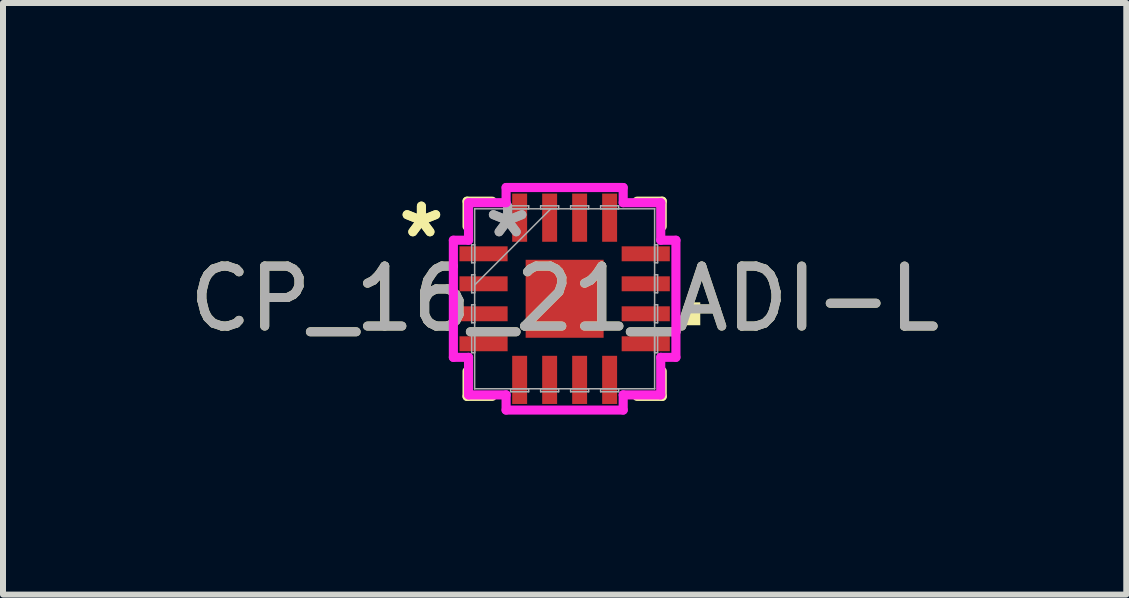
<source format=kicad_pcb>
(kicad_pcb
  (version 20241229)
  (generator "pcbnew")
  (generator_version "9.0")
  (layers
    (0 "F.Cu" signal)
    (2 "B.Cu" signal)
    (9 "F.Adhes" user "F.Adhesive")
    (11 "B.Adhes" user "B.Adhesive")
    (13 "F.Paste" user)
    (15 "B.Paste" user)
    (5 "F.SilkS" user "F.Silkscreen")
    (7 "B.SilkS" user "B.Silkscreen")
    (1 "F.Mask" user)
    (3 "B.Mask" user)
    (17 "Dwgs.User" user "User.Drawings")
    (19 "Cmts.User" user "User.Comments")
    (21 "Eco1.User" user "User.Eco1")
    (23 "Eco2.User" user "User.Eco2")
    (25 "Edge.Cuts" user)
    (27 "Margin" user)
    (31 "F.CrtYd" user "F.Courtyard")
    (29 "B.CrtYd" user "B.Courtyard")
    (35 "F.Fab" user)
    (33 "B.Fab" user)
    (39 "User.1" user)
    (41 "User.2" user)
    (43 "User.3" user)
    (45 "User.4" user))
  (footprint "CP_16_21_ADI-L"
    (layer "F.Cu")
    (at 6.363 1.931)
    (property "Reference" "CP_16_21_ADI-L" (at 0 0 0) (unlocked yes) (layer "F.SilkS") (effects (font (size 1 1) (thickness 0.15))))
    (attr smd)
    (fp_line (start -1.627 -1.627) (end -1.627 -1.207) (stroke (width 0.152) (type solid)) (layer "F.SilkS"))
    (fp_line (start -1.627 1.207) (end -1.627 1.627) (stroke (width 0.152) (type solid)) (layer "F.SilkS"))
    (fp_line (start -1.627 1.627) (end -1.207 1.627) (stroke (width 0.152) (type solid)) (layer "F.SilkS"))
    (fp_line (start -1.207 -1.627) (end -1.627 -1.627) (stroke (width 0.152) (type solid)) (layer "F.SilkS"))
    (fp_line (start 1.207 1.627) (end 1.627 1.627) (stroke (width 0.152) (type solid)) (layer "F.SilkS"))
    (fp_line (start 1.627 -1.627) (end 1.207 -1.627) (stroke (width 0.152) (type solid)) (layer "F.SilkS"))
    (fp_line (start 1.627 -1.207) (end 1.627 -1.627) (stroke (width 0.152) (type solid)) (layer "F.SilkS"))
    (fp_line (start 1.627 1.627) (end 1.627 1.207) (stroke (width 0.152) (type solid)) (layer "F.SilkS"))
    (fp_poly (pts (xy 2.261 0.059) (xy 2.261 0.441) (xy 2.007 0.441) (xy 2.007 0.059)) (stroke (width 0) (type solid)) (fill yes) (layer "F.SilkS"))
    (fp_line (start -1.855 -0.976) (end -1.602 -0.976) (stroke (width 0.152) (type solid)) (layer "F.CrtYd"))
    (fp_line (start -1.855 0.976) (end -1.855 -0.976) (stroke (width 0.152) (type solid)) (layer "F.CrtYd"))
    (fp_line (start -1.602 -1.602) (end -0.976 -1.602) (stroke (width 0.152) (type solid)) (layer "F.CrtYd"))
    (fp_line (start -1.602 -0.976) (end -1.602 -1.602) (stroke (width 0.152) (type solid)) (layer "F.CrtYd"))
    (fp_line (start -1.602 0.976) (end -1.855 0.976) (stroke (width 0.152) (type solid)) (layer "F.CrtYd"))
    (fp_line (start -1.602 1.602) (end -1.602 0.976) (stroke (width 0.152) (type solid)) (layer "F.CrtYd"))
    (fp_line (start -0.976 -1.855) (end 0.976 -1.855) (stroke (width 0.152) (type solid)) (layer "F.CrtYd"))
    (fp_line (start -0.976 -1.602) (end -0.976 -1.855) (stroke (width 0.152) (type solid)) (layer "F.CrtYd"))
    (fp_line (start -0.976 1.602) (end -1.602 1.602) (stroke (width 0.152) (type solid)) (layer "F.CrtYd"))
    (fp_line (start -0.976 1.855) (end -0.976 1.602) (stroke (width 0.152) (type solid)) (layer "F.CrtYd"))
    (fp_line (start 0.976 -1.855) (end 0.976 -1.602) (stroke (width 0.152) (type solid)) (layer "F.CrtYd"))
    (fp_line (start 0.976 -1.602) (end 1.602 -1.602) (stroke (width 0.152) (type solid)) (layer "F.CrtYd"))
    (fp_line (start 0.976 1.602) (end 0.976 1.855) (stroke (width 0.152) (type solid)) (layer "F.CrtYd"))
    (fp_line (start 0.976 1.855) (end -0.976 1.855) (stroke (width 0.152) (type solid)) (layer "F.CrtYd"))
    (fp_line (start 1.602 -1.602) (end 1.602 -0.976) (stroke (width 0.152) (type solid)) (layer "F.CrtYd"))
    (fp_line (start 1.602 -0.976) (end 1.855 -0.976) (stroke (width 0.152) (type solid)) (layer "F.CrtYd"))
    (fp_line (start 1.602 0.976) (end 1.602 1.602) (stroke (width 0.152) (type solid)) (layer "F.CrtYd"))
    (fp_line (start 1.602 1.602) (end 0.976 1.602) (stroke (width 0.152) (type solid)) (layer "F.CrtYd"))
    (fp_line (start 1.855 -0.976) (end 1.855 0.976) (stroke (width 0.152) (type solid)) (layer "F.CrtYd"))
    (fp_line (start 1.855 0.976) (end 1.602 0.976) (stroke (width 0.152) (type solid)) (layer "F.CrtYd"))
    (fp_line (start -1.55 -0.9) (end -1.55 -0.6) (stroke (width 0.025) (type solid)) (layer "F.Fab"))
    (fp_line (start -1.55 -0.6) (end -1.5 -0.6) (stroke (width 0.025) (type solid)) (layer "F.Fab"))
    (fp_line (start -1.55 -0.4) (end -1.55 -0.1) (stroke (width 0.025) (type solid)) (layer "F.Fab"))
    (fp_line (start -1.55 -0.1) (end -1.5 -0.1) (stroke (width 0.025) (type solid)) (layer "F.Fab"))
    (fp_line (start -1.55 0.1) (end -1.55 0.4) (stroke (width 0.025) (type solid)) (layer "F.Fab"))
    (fp_line (start -1.55 0.4) (end -1.5 0.4) (stroke (width 0.025) (type solid)) (layer "F.Fab"))
    (fp_line (start -1.55 0.6) (end -1.55 0.9) (stroke (width 0.025) (type solid)) (layer "F.Fab"))
    (fp_line (start -1.55 0.9) (end -1.5 0.9) (stroke (width 0.025) (type solid)) (layer "F.Fab"))
    (fp_line (start -1.5 -1.5) (end -1.5 -1.5) (stroke (width 0.025) (type solid)) (layer "F.Fab"))
    (fp_line (start -1.5 -1.5) (end -1.5 1.5) (stroke (width 0.025) (type solid)) (layer "F.Fab"))
    (fp_line (start -1.5 -0.9) (end -1.55 -0.9) (stroke (width 0.025) (type solid)) (layer "F.Fab"))
    (fp_line (start -1.5 -0.6) (end -1.5 -0.9) (stroke (width 0.025) (type solid)) (layer "F.Fab"))
    (fp_line (start -1.5 -0.4) (end -1.55 -0.4) (stroke (width 0.025) (type solid)) (layer "F.Fab"))
    (fp_line (start -1.5 -0.23) (end -0.23 -1.5) (stroke (width 0.025) (type solid)) (layer "F.Fab"))
    (fp_line (start -1.5 -0.1) (end -1.5 -0.4) (stroke (width 0.025) (type solid)) (layer "F.Fab"))
    (fp_line (start -1.5 0.1) (end -1.55 0.1) (stroke (width 0.025) (type solid)) (layer "F.Fab"))
    (fp_line (start -1.5 0.4) (end -1.5 0.1) (stroke (width 0.025) (type solid)) (layer "F.Fab"))
    (fp_line (start -1.5 0.6) (end -1.55 0.6) (stroke (width 0.025) (type solid)) (layer "F.Fab"))
    (fp_line (start -1.5 0.9) (end -1.5 0.6) (stroke (width 0.025) (type solid)) (layer "F.Fab"))
    (fp_line (start -1.5 1.5) (end -1.5 1.5) (stroke (width 0.025) (type solid)) (layer "F.Fab"))
    (fp_line (start -1.5 1.5) (end 1.5 1.5) (stroke (width 0.025) (type solid)) (layer "F.Fab"))
    (fp_line (start -0.9 -1.55) (end -0.9 -1.5) (stroke (width 0.025) (type solid)) (layer "F.Fab"))
    (fp_line (start -0.9 -1.5) (end -0.6 -1.5) (stroke (width 0.025) (type solid)) (layer "F.Fab"))
    (fp_line (start -0.9 1.5) (end -0.9 1.55) (stroke (width 0.025) (type solid)) (layer "F.Fab"))
    (fp_line (start -0.9 1.55) (end -0.6 1.55) (stroke (width 0.025) (type solid)) (layer "F.Fab"))
    (fp_line (start -0.6 -1.55) (end -0.9 -1.55) (stroke (width 0.025) (type solid)) (layer "F.Fab"))
    (fp_line (start -0.6 -1.5) (end -0.6 -1.55) (stroke (width 0.025) (type solid)) (layer "F.Fab"))
    (fp_line (start -0.6 1.5) (end -0.9 1.5) (stroke (width 0.025) (type solid)) (layer "F.Fab"))
    (fp_line (start -0.6 1.55) (end -0.6 1.5) (stroke (width 0.025) (type solid)) (layer "F.Fab"))
    (fp_line (start -0.4 -1.55) (end -0.4 -1.5) (stroke (width 0.025) (type solid)) (layer "F.Fab"))
    (fp_line (start -0.4 -1.5) (end -0.1 -1.5) (stroke (width 0.025) (type solid)) (layer "F.Fab"))
    (fp_line (start -0.4 1.5) (end -0.4 1.55) (stroke (width 0.025) (type solid)) (layer "F.Fab"))
    (fp_line (start -0.4 1.55) (end -0.1 1.55) (stroke (width 0.025) (type solid)) (layer "F.Fab"))
    (fp_line (start -0.1 -1.55) (end -0.4 -1.55) (stroke (width 0.025) (type solid)) (layer "F.Fab"))
    (fp_line (start -0.1 -1.5) (end -0.1 -1.55) (stroke (width 0.025) (type solid)) (layer "F.Fab"))
    (fp_line (start -0.1 1.5) (end -0.4 1.5) (stroke (width 0.025) (type solid)) (layer "F.Fab"))
    (fp_line (start -0.1 1.55) (end -0.1 1.5) (stroke (width 0.025) (type solid)) (layer "F.Fab"))
    (fp_line (start 0.1 -1.55) (end 0.1 -1.5) (stroke (width 0.025) (type solid)) (layer "F.Fab"))
    (fp_line (start 0.1 -1.5) (end 0.4 -1.5) (stroke (width 0.025) (type solid)) (layer "F.Fab"))
    (fp_line (start 0.1 1.5) (end 0.1 1.55) (stroke (width 0.025) (type solid)) (layer "F.Fab"))
    (fp_line (start 0.1 1.55) (end 0.4 1.55) (stroke (width 0.025) (type solid)) (layer "F.Fab"))
    (fp_line (start 0.4 -1.55) (end 0.1 -1.55) (stroke (width 0.025) (type solid)) (layer "F.Fab"))
    (fp_line (start 0.4 -1.5) (end 0.4 -1.55) (stroke (width 0.025) (type solid)) (layer "F.Fab"))
    (fp_line (start 0.4 1.5) (end 0.1 1.5) (stroke (width 0.025) (type solid)) (layer "F.Fab"))
    (fp_line (start 0.4 1.55) (end 0.4 1.5) (stroke (width 0.025) (type solid)) (layer "F.Fab"))
    (fp_line (start 0.6 -1.55) (end 0.6 -1.5) (stroke (width 0.025) (type solid)) (layer "F.Fab"))
    (fp_line (start 0.6 -1.5) (end 0.9 -1.5) (stroke (width 0.025) (type solid)) (layer "F.Fab"))
    (fp_line (start 0.6 1.5) (end 0.6 1.55) (stroke (width 0.025) (type solid)) (layer "F.Fab"))
    (fp_line (start 0.6 1.55) (end 0.9 1.55) (stroke (width 0.025) (type solid)) (layer "F.Fab"))
    (fp_line (start 0.9 -1.55) (end 0.6 -1.55) (stroke (width 0.025) (type solid)) (layer "F.Fab"))
    (fp_line (start 0.9 -1.5) (end 0.9 -1.55) (stroke (width 0.025) (type solid)) (layer "F.Fab"))
    (fp_line (start 0.9 1.5) (end 0.6 1.5) (stroke (width 0.025) (type solid)) (layer "F.Fab"))
    (fp_line (start 0.9 1.55) (end 0.9 1.5) (stroke (width 0.025) (type solid)) (layer "F.Fab"))
    (fp_line (start 1.5 -1.5) (end -1.5 -1.5) (stroke (width 0.025) (type solid)) (layer "F.Fab"))
    (fp_line (start 1.5 -1.5) (end 1.5 -1.5) (stroke (width 0.025) (type solid)) (layer "F.Fab"))
    (fp_line (start 1.5 -0.9) (end 1.5 -0.6) (stroke (width 0.025) (type solid)) (layer "F.Fab"))
    (fp_line (start 1.5 -0.6) (end 1.55 -0.6) (stroke (width 0.025) (type solid)) (layer "F.Fab"))
    (fp_line (start 1.5 -0.4) (end 1.5 -0.1) (stroke (width 0.025) (type solid)) (layer "F.Fab"))
    (fp_line (start 1.5 -0.1) (end 1.55 -0.1) (stroke (width 0.025) (type solid)) (layer "F.Fab"))
    (fp_line (start 1.5 0.1) (end 1.5 0.4) (stroke (width 0.025) (type solid)) (layer "F.Fab"))
    (fp_line (start 1.5 0.4) (end 1.55 0.4) (stroke (width 0.025) (type solid)) (layer "F.Fab"))
    (fp_line (start 1.5 0.6) (end 1.5 0.9) (stroke (width 0.025) (type solid)) (layer "F.Fab"))
    (fp_line (start 1.5 0.9) (end 1.55 0.9) (stroke (width 0.025) (type solid)) (layer "F.Fab"))
    (fp_line (start 1.5 1.5) (end 1.5 -1.5) (stroke (width 0.025) (type solid)) (layer "F.Fab"))
    (fp_line (start 1.5 1.5) (end 1.5 1.5) (stroke (width 0.025) (type solid)) (layer "F.Fab"))
    (fp_line (start 1.55 -0.9) (end 1.5 -0.9) (stroke (width 0.025) (type solid)) (layer "F.Fab"))
    (fp_line (start 1.55 -0.6) (end 1.55 -0.9) (stroke (width 0.025) (type solid)) (layer "F.Fab"))
    (fp_line (start 1.55 -0.4) (end 1.5 -0.4) (stroke (width 0.025) (type solid)) (layer "F.Fab"))
    (fp_line (start 1.55 -0.1) (end 1.55 -0.4) (stroke (width 0.025) (type solid)) (layer "F.Fab"))
    (fp_line (start 1.55 0.1) (end 1.5 0.1) (stroke (width 0.025) (type solid)) (layer "F.Fab"))
    (fp_line (start 1.55 0.4) (end 1.55 0.1) (stroke (width 0.025) (type solid)) (layer "F.Fab"))
    (fp_line (start 1.55 0.6) (end 1.5 0.6) (stroke (width 0.025) (type solid)) (layer "F.Fab"))
    (fp_line (start 1.55 0.9) (end 1.55 0.6) (stroke (width 0.025) (type solid)) (layer "F.Fab"))
    (fp_text user "*" (at -2.388 -1 0) (unlocked yes) (layer "F.SilkS") (effects (font (size 1 1) (thickness 0.15))))
    (fp_text user "*" (at -2.388 -1 0) (layer "F.SilkS") (effects (font (size 1 1) (thickness 0.15))))
    (fp_text user "*" (at -0.95 -1 0) (layer "F.Fab") (effects (font (size 1 1) (thickness 0.15))))
    (fp_text user "${REFERENCE}" (at 0 0 0) (unlocked yes) (layer "F.Fab") (effects (font (size 1 1) (thickness 0.15))))
    (fp_text user "*" (at -0.95 -1 0) (unlocked yes) (layer "F.Fab") (effects (font (size 1 1) (thickness 0.15))))
    (pad "1" smd rect (at -1.352 -0.75 90) (size 0.249 0.803) (layers "F.Cu" "F.Mask" "F.Paste"))
    (pad "2" smd rect (at -1.352 -0.25 90) (size 0.249 0.803) (layers "F.Cu" "F.Mask" "F.Paste"))
    (pad "3" smd rect (at -1.352 0.25 90) (size 0.249 0.803) (layers "F.Cu" "F.Mask" "F.Paste"))
    (pad "4" smd rect (at -1.352 0.75 90) (size 0.249 0.803) (layers "F.Cu" "F.Mask" "F.Paste"))
    (pad "5" smd rect (at -0.75 1.352) (size 0.249 0.803) (layers "F.Cu" "F.Mask" "F.Paste"))
    (pad "6" smd rect (at -0.25 1.352) (size 0.249 0.803) (layers "F.Cu" "F.Mask" "F.Paste"))
    (pad "7" smd rect (at 0.25 1.352) (size 0.249 0.803) (layers "F.Cu" "F.Mask" "F.Paste"))
    (pad "8" smd rect (at 0.75 1.352) (size 0.249 0.803) (layers "F.Cu" "F.Mask" "F.Paste"))
    (pad "9" smd rect (at 1.352 0.75 90) (size 0.249 0.803) (layers "F.Cu" "F.Mask" "F.Paste"))
    (pad "10" smd rect (at 1.352 0.25 90) (size 0.249 0.803) (layers "F.Cu" "F.Mask" "F.Paste"))
    (pad "11" smd rect (at 1.352 -0.25 90) (size 0.249 0.803) (layers "F.Cu" "F.Mask" "F.Paste"))
    (pad "12" smd rect (at 1.352 -0.75 90) (size 0.249 0.803) (layers "F.Cu" "F.Mask" "F.Paste"))
    (pad "13" smd rect (at 0.75 -1.352) (size 0.249 0.803) (layers "F.Cu" "F.Mask" "F.Paste"))
    (pad "14" smd rect (at 0.25 -1.352) (size 0.249 0.803) (layers "F.Cu" "F.Mask" "F.Paste"))
    (pad "15" smd rect (at -0.25 -1.352) (size 0.249 0.803) (layers "F.Cu" "F.Mask" "F.Paste"))
    (pad "16" smd rect (at -0.75 -1.352) (size 0.249 0.803) (layers "F.Cu" "F.Mask" "F.Paste"))
    (pad "17" smd rect (at 0 0) (size 1.3 1.3) (layers "F.Cu" "F.Mask" "F.Paste")))
  (gr_rect
    (start -3 -3)
    (end 15.726 6.862)
    (stroke (width 0.1) (type default))
    (fill no)
    (layer "Edge.Cuts")))
</source>
